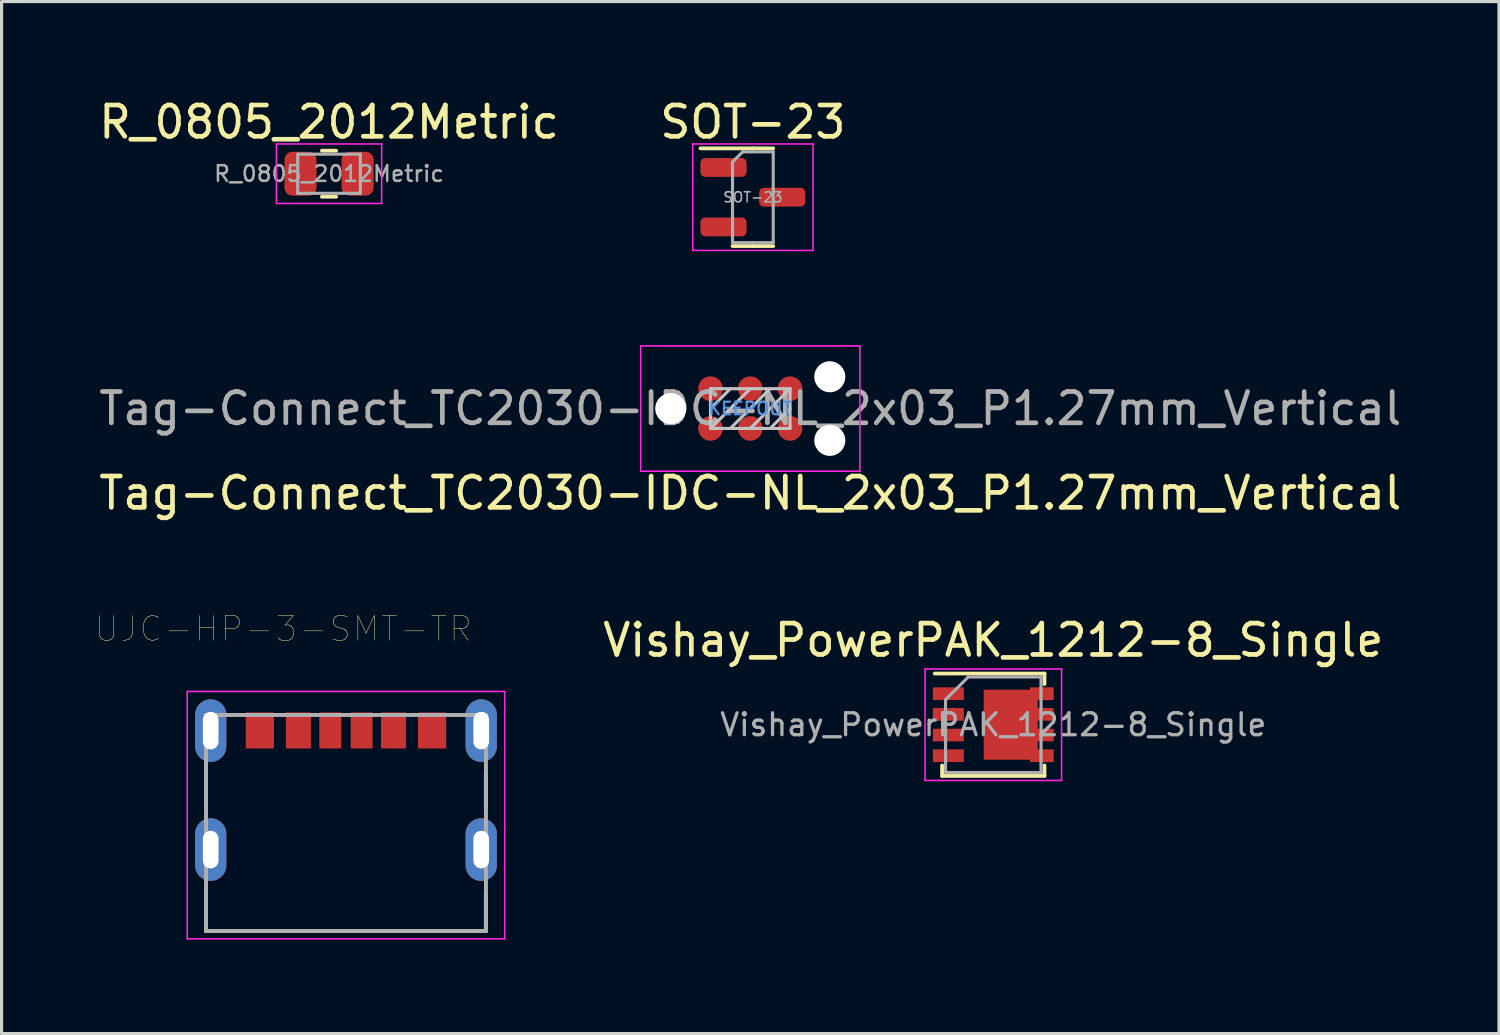
<source format=kicad_pcb>
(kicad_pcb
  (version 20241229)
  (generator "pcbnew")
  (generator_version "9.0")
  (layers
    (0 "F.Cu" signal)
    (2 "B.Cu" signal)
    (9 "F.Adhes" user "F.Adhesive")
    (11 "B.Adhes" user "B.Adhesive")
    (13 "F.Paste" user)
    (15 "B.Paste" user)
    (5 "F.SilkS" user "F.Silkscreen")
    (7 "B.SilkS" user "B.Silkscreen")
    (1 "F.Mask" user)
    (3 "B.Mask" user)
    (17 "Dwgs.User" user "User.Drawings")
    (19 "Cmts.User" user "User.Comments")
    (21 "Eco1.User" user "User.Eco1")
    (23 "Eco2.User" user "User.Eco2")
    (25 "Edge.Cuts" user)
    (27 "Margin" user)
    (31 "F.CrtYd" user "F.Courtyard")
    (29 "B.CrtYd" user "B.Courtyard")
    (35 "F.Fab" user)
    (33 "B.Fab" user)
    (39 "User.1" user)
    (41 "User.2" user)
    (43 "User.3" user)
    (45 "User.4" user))
  (footprint "SOT-23"
    (layer "F.Cu")
    (at 20.994 3.248)
    (property "Reference" "SOT-23" (at 0 -2.4 0) (layer "F.SilkS") (effects (font (size 1 1) (thickness 0.15))))
    (attr smd)
    (fp_line (start 0 -1.56) (end -1.675 -1.56) (stroke (width 0.12) (type solid)) (layer "F.SilkS"))
    (fp_line (start 0 -1.56) (end 0.65 -1.56) (stroke (width 0.12) (type solid)) (layer "F.SilkS"))
    (fp_line (start 0 1.56) (end -0.65 1.56) (stroke (width 0.12) (type solid)) (layer "F.SilkS"))
    (fp_line (start 0 1.56) (end 0.65 1.56) (stroke (width 0.12) (type solid)) (layer "F.SilkS"))
    (fp_line (start -1.92 -1.7) (end -1.92 1.7) (stroke (width 0.05) (type solid)) (layer "F.CrtYd"))
    (fp_line (start -1.92 1.7) (end 1.92 1.7) (stroke (width 0.05) (type solid)) (layer "F.CrtYd"))
    (fp_line (start 1.92 -1.7) (end -1.92 -1.7) (stroke (width 0.05) (type solid)) (layer "F.CrtYd"))
    (fp_line (start 1.92 1.7) (end 1.92 -1.7) (stroke (width 0.05) (type solid)) (layer "F.CrtYd"))
    (fp_line (start -0.65 -1.125) (end -0.325 -1.45) (stroke (width 0.1) (type solid)) (layer "F.Fab"))
    (fp_line (start -0.65 1.45) (end -0.65 -1.125) (stroke (width 0.1) (type solid)) (layer "F.Fab"))
    (fp_line (start -0.325 -1.45) (end 0.65 -1.45) (stroke (width 0.1) (type solid)) (layer "F.Fab"))
    (fp_line (start 0.65 -1.45) (end 0.65 1.45) (stroke (width 0.1) (type solid)) (layer "F.Fab"))
    (fp_line (start 0.65 1.45) (end -0.65 1.45) (stroke (width 0.1) (type solid)) (layer "F.Fab"))
    (fp_text user "${REFERENCE}" (at 0 0 0) (layer "F.Fab") (effects (font (size 0.32 0.32) (thickness 0.05))))
    (pad "1" smd roundrect (at -0.938 -0.95) (size 1.475 0.6) (layers "F.Cu" "F.Mask" "F.Paste") (roundrect_rratio 0.25))
    (pad "2" smd roundrect (at -0.938 0.95) (size 1.475 0.6) (layers "F.Cu" "F.Mask" "F.Paste") (roundrect_rratio 0.25))
    (pad "3" smd roundrect (at 0.938 0) (size 1.475 0.6) (layers "F.Cu" "F.Mask" "F.Paste") (roundrect_rratio 0.25)))
  (footprint "Tag-Connect_TC2030-IDC-NL_2x03_P1.27mm_Vertical"
    (layer "F.Cu")
    (at 20.911 9.998)
    (property "Reference" "Tag-Connect_TC2030-IDC-NL_2x03_P1.27mm_Vertical" (at 0 2.7 0) (layer "F.SilkS") (effects (font (size 1 1) (thickness 0.15))))
    (attr exclude_from_pos_files exclude_from_bom)
    (fp_line (start -1.27 -0.635) (end 1.27 -0.635) (stroke (width 0.1) (type solid)) (layer "Dwgs.User"))
    (fp_line (start -1.27 0) (end -0.635 -0.635) (stroke (width 0.1) (type solid)) (layer "Dwgs.User"))
    (fp_line (start -1.27 0.635) (end -1.27 -0.635) (stroke (width 0.1) (type solid)) (layer "Dwgs.User"))
    (fp_line (start -1.27 0.635) (end 0 -0.635) (stroke (width 0.1) (type solid)) (layer "Dwgs.User"))
    (fp_line (start -0.635 0.635) (end 0.635 -0.635) (stroke (width 0.1) (type solid)) (layer "Dwgs.User"))
    (fp_line (start 0 0.635) (end 1.27 -0.635) (stroke (width 0.1) (type solid)) (layer "Dwgs.User"))
    (fp_line (start 0.635 0.635) (end 1.27 0) (stroke (width 0.1) (type solid)) (layer "Dwgs.User"))
    (fp_line (start 1.27 -0.635) (end 1.27 0.635) (stroke (width 0.1) (type solid)) (layer "Dwgs.User"))
    (fp_line (start 1.27 0.635) (end -1.27 0.635) (stroke (width 0.1) (type solid)) (layer "Dwgs.User"))
    (fp_line (start -3.5 -2) (end 3.5 -2) (stroke (width 0.05) (type solid)) (layer "F.CrtYd"))
    (fp_line (start -3.5 2) (end -3.5 -2) (stroke (width 0.05) (type solid)) (layer "F.CrtYd"))
    (fp_line (start 3.5 -2) (end 3.5 2) (stroke (width 0.05) (type solid)) (layer "F.CrtYd"))
    (fp_line (start 3.5 2) (end -3.5 2) (stroke (width 0.05) (type solid)) (layer "F.CrtYd"))
    (fp_text user "KEEPOUT" (at 0 0 0) (layer "Cmts.User") (effects (font (size 0.4 0.4) (thickness 0.07))))
    (fp_text user "${REFERENCE}" (at 0 0 0) (layer "F.Fab") (effects (font (size 1 1) (thickness 0.15))))
    (pad "" np_thru_hole circle (at -2.54 0) (size 0.991 0.991) (drill 0.991) (layers "*.Cu" "*.Mask"))
    (pad "" np_thru_hole circle (at 2.54 -1.016) (size 0.991 0.991) (drill 0.991) (layers "*.Cu" "*.Mask"))
    (pad "" np_thru_hole circle (at 2.54 1.016) (size 0.991 0.991) (drill 0.991) (layers "*.Cu" "*.Mask"))
    (pad "1" connect circle (at -1.27 0.635) (size 0.787 0.787) (layers "F.Cu" "F.Mask"))
    (pad "2" connect circle (at -1.27 -0.635) (size 0.787 0.787) (layers "F.Cu" "F.Mask"))
    (pad "3" connect circle (at 0 0.635) (size 0.787 0.787) (layers "F.Cu" "F.Mask"))
    (pad "4" connect circle (at 0 -0.635) (size 0.787 0.787) (layers "F.Cu" "F.Mask"))
    (pad "5" connect circle (at 1.27 0.635) (size 0.787 0.787) (layers "F.Cu" "F.Mask"))
    (pad "6" connect circle (at 1.27 -0.635) (size 0.787 0.787) (layers "F.Cu" "F.Mask")))
  (footprint "Vishay_PowerPAK_1212-8_Single"
    (layer "F.Cu")
    (at 28.672 20.095)
    (property "Reference" "Vishay_PowerPAK_1212-8_Single" (at 0 -2.7 0) (layer "F.SilkS") (effects (font (size 1 1) (thickness 0.15))))
    (attr smd)
    (fp_line (start -1.87 -1.635) (end 1.635 -1.635) (stroke (width 0.12) (type solid)) (layer "F.SilkS"))
    (fp_line (start -1.635 1.3) (end -1.635 1.635) (stroke (width 0.12) (type solid)) (layer "F.SilkS"))
    (fp_line (start -1.635 1.635) (end 1.635 1.635) (stroke (width 0.12) (type solid)) (layer "F.SilkS"))
    (fp_line (start 1.635 -1.635) (end 1.635 -1.3) (stroke (width 0.12) (type solid)) (layer "F.SilkS"))
    (fp_line (start 1.635 1.3) (end 1.635 1.635) (stroke (width 0.12) (type solid)) (layer "F.SilkS"))
    (fp_line (start -2.18 -1.78) (end -2.18 1.78) (stroke (width 0.05) (type solid)) (layer "F.CrtYd"))
    (fp_line (start -2.18 -1.78) (end 2.18 -1.78) (stroke (width 0.05) (type solid)) (layer "F.CrtYd"))
    (fp_line (start -2.18 1.78) (end 2.18 1.78) (stroke (width 0.05) (type solid)) (layer "F.CrtYd"))
    (fp_line (start 2.18 -1.78) (end 2.18 1.78) (stroke (width 0.05) (type solid)) (layer "F.CrtYd"))
    (fp_line (start -1.525 -0.8) (end -1.525 1.525) (stroke (width 0.1) (type solid)) (layer "F.Fab"))
    (fp_line (start -1.525 -0.8) (end -0.8 -1.525) (stroke (width 0.1) (type solid)) (layer "F.Fab"))
    (fp_line (start -1.525 1.525) (end 1.525 1.525) (stroke (width 0.1) (type solid)) (layer "F.Fab"))
    (fp_line (start -0.8 -1.525) (end 1.525 -1.525) (stroke (width 0.1) (type solid)) (layer "F.Fab"))
    (fp_line (start 1.525 -1.525) (end 1.525 1.525) (stroke (width 0.1) (type solid)) (layer "F.Fab"))
    (fp_text user "${REFERENCE}" (at 0 0 0) (layer "F.Fab") (effects (font (size 0.7 0.7) (thickness 0.105))))
    (pad "1" smd rect (at -1.435 -0.99) (size 0.99 0.405) (layers "F.Cu" "F.Mask" "F.Paste"))
    (pad "2" smd rect (at -1.435 -0.33) (size 0.99 0.405) (layers "F.Cu" "F.Mask" "F.Paste"))
    (pad "3" smd rect (at -1.435 0.33) (size 0.99 0.405) (layers "F.Cu" "F.Mask" "F.Paste"))
    (pad "4" smd rect (at -1.435 0.99) (size 0.99 0.405) (layers "F.Cu" "F.Mask" "F.Paste"))
    (pad "5" smd custom (at 0.557 0) (size 1.725 2.235) (layers "F.Cu" "F.Mask" "F.Paste") (options (anchor rect)) (primitives (gr_poly (pts (xy 0.863 0.128) (xy 0.863 -0.128) (xy 1.373 -0.128) (xy 1.373 -0.532) (xy 0.863 -0.532) (xy 0.863 -0.787) (xy 1.373 -0.787) (xy 1.373 -1.195) (xy 0.613 -1.195) (xy 0.613 1.195) (xy 1.373 1.195) (xy 1.373 0.787) (xy 0.863 0.787) (xy 0.863 0.532) (xy 1.373 0.532) (xy 1.373 0.128)) (width 0) (fill yes)))))
  (footprint "R_0805_2012Metric"
    (layer "F.Cu")
    (at 7.458 2.498)
    (property "Reference" "R_0805_2012Metric" (at 0 -1.65 0) (layer "F.SilkS") (effects (font (size 1 1) (thickness 0.15))))
    (attr smd)
    (fp_line (start -0.227 -0.735) (end 0.227 -0.735) (stroke (width 0.12) (type solid)) (layer "F.SilkS"))
    (fp_line (start -0.227 0.735) (end 0.227 0.735) (stroke (width 0.12) (type solid)) (layer "F.SilkS"))
    (fp_line (start -1.68 -0.95) (end 1.68 -0.95) (stroke (width 0.05) (type solid)) (layer "F.CrtYd"))
    (fp_line (start -1.68 0.95) (end -1.68 -0.95) (stroke (width 0.05) (type solid)) (layer "F.CrtYd"))
    (fp_line (start 1.68 -0.95) (end 1.68 0.95) (stroke (width 0.05) (type solid)) (layer "F.CrtYd"))
    (fp_line (start 1.68 0.95) (end -1.68 0.95) (stroke (width 0.05) (type solid)) (layer "F.CrtYd"))
    (fp_line (start -1 -0.625) (end 1 -0.625) (stroke (width 0.1) (type solid)) (layer "F.Fab"))
    (fp_line (start -1 0.625) (end -1 -0.625) (stroke (width 0.1) (type solid)) (layer "F.Fab"))
    (fp_line (start 1 -0.625) (end 1 0.625) (stroke (width 0.1) (type solid)) (layer "F.Fab"))
    (fp_line (start 1 0.625) (end -1 0.625) (stroke (width 0.1) (type solid)) (layer "F.Fab"))
    (fp_text user "${REFERENCE}" (at 0 0 0) (layer "F.Fab") (effects (font (size 0.5 0.5) (thickness 0.08))))
    (pad "1" smd roundrect (at -0.912 0) (size 1.025 1.4) (layers "F.Cu" "F.Mask" "F.Paste") (roundrect_rratio 0.244))
    (pad "2" smd roundrect (at 0.912 0) (size 1.025 1.4) (layers "F.Cu" "F.Mask" "F.Paste") (roundrect_rratio 0.244)))
  (footprint "UJC-HP-3-SMT-TR"
    (layer "F.Cu")
    (at 7.999 20.283)
    (property "Reference" "UJC-HP-3-SMT-TR" (at -2 -3.25 0) (layer "F.SilkS") (effects (font (size 0.787 0.787) (thickness 0.015))))
    (fp_line (start -4.47 2.45) (end -4.47 1.35) (stroke (width 0.127) (type solid)) (layer "F.SilkS"))
    (fp_line (start -4.47 6.4) (end -4.47 5.15) (stroke (width 0.127) (type solid)) (layer "F.SilkS"))
    (fp_line (start -4.47 6.4) (end 4.47 6.4) (stroke (width 0.127) (type solid)) (layer "F.SilkS"))
    (fp_line (start 4.47 2.45) (end 4.47 1.35) (stroke (width 0.127) (type solid)) (layer "F.SilkS"))
    (fp_line (start 4.47 6.4) (end 4.47 5.15) (stroke (width 0.127) (type solid)) (layer "F.SilkS"))
    (fp_line (start -5.07 -1.25) (end -5.07 6.65) (stroke (width 0.05) (type solid)) (layer "F.CrtYd"))
    (fp_line (start -5.07 6.65) (end 5.07 6.65) (stroke (width 0.05) (type solid)) (layer "F.CrtYd"))
    (fp_line (start 5.07 -1.25) (end -5.07 -1.25) (stroke (width 0.05) (type solid)) (layer "F.CrtYd"))
    (fp_line (start 5.07 6.65) (end 5.07 -1.25) (stroke (width 0.05) (type solid)) (layer "F.CrtYd"))
    (fp_line (start -4.47 -0.5) (end -4.47 6.4) (stroke (width 0.127) (type solid)) (layer "F.Fab"))
    (fp_line (start -4.47 6.4) (end 4.47 6.4) (stroke (width 0.127) (type solid)) (layer "F.Fab"))
    (fp_line (start 4.47 -0.5) (end -4.47 -0.5) (stroke (width 0.127) (type solid)) (layer "F.Fab"))
    (fp_line (start 4.47 6.4) (end 4.47 -0.5) (stroke (width 0.127) (type solid)) (layer "F.Fab"))
    (pad "A5" smd rect (at -0.5 -0.005) (size 0.7 1.15) (layers "F.Cu" "F.Mask" "F.Paste"))
    (pad "A9" smd rect (at 1.52 -0.005) (size 0.8 1.15) (layers "F.Cu" "F.Mask" "F.Paste"))
    (pad "A12" smd rect (at 2.75 -0.005) (size 0.9 1.15) (layers "F.Cu" "F.Mask" "F.Paste"))
    (pad "B5" smd rect (at 0.5 -0.005) (size 0.7 1.15) (layers "F.Cu" "F.Mask" "F.Paste"))
    (pad "B9" smd rect (at -1.52 -0.005) (size 0.8 1.15) (layers "F.Cu" "F.Mask" "F.Paste"))
    (pad "B12" smd rect (at -2.75 -0.005) (size 0.9 1.15) (layers "F.Cu" "F.Mask" "F.Paste"))
    (pad "S1" thru_hole oval (at -4.32 0) (size 1 2) (drill oval 0.5 1.2) (layers "*.Cu" "*.Mask"))
    (pad "S2" thru_hole oval (at 4.32 0) (size 1 2) (drill oval 0.5 1.2) (layers "*.Cu" "*.Mask"))
    (pad "S3" thru_hole oval (at -4.32 3.8) (size 1 2) (drill oval 0.5 1.2) (layers "*.Cu" "*.Mask"))
    (pad "S4" thru_hole oval (at 4.32 3.8) (size 1 2) (drill oval 0.5 1.2) (layers "*.Cu" "*.Mask")))
  (gr_rect
    (start -3 -3)
    (end 44.821 29.958)
    (stroke (width 0.1) (type default))
    (fill no)
    (layer "Edge.Cuts")))
</source>
